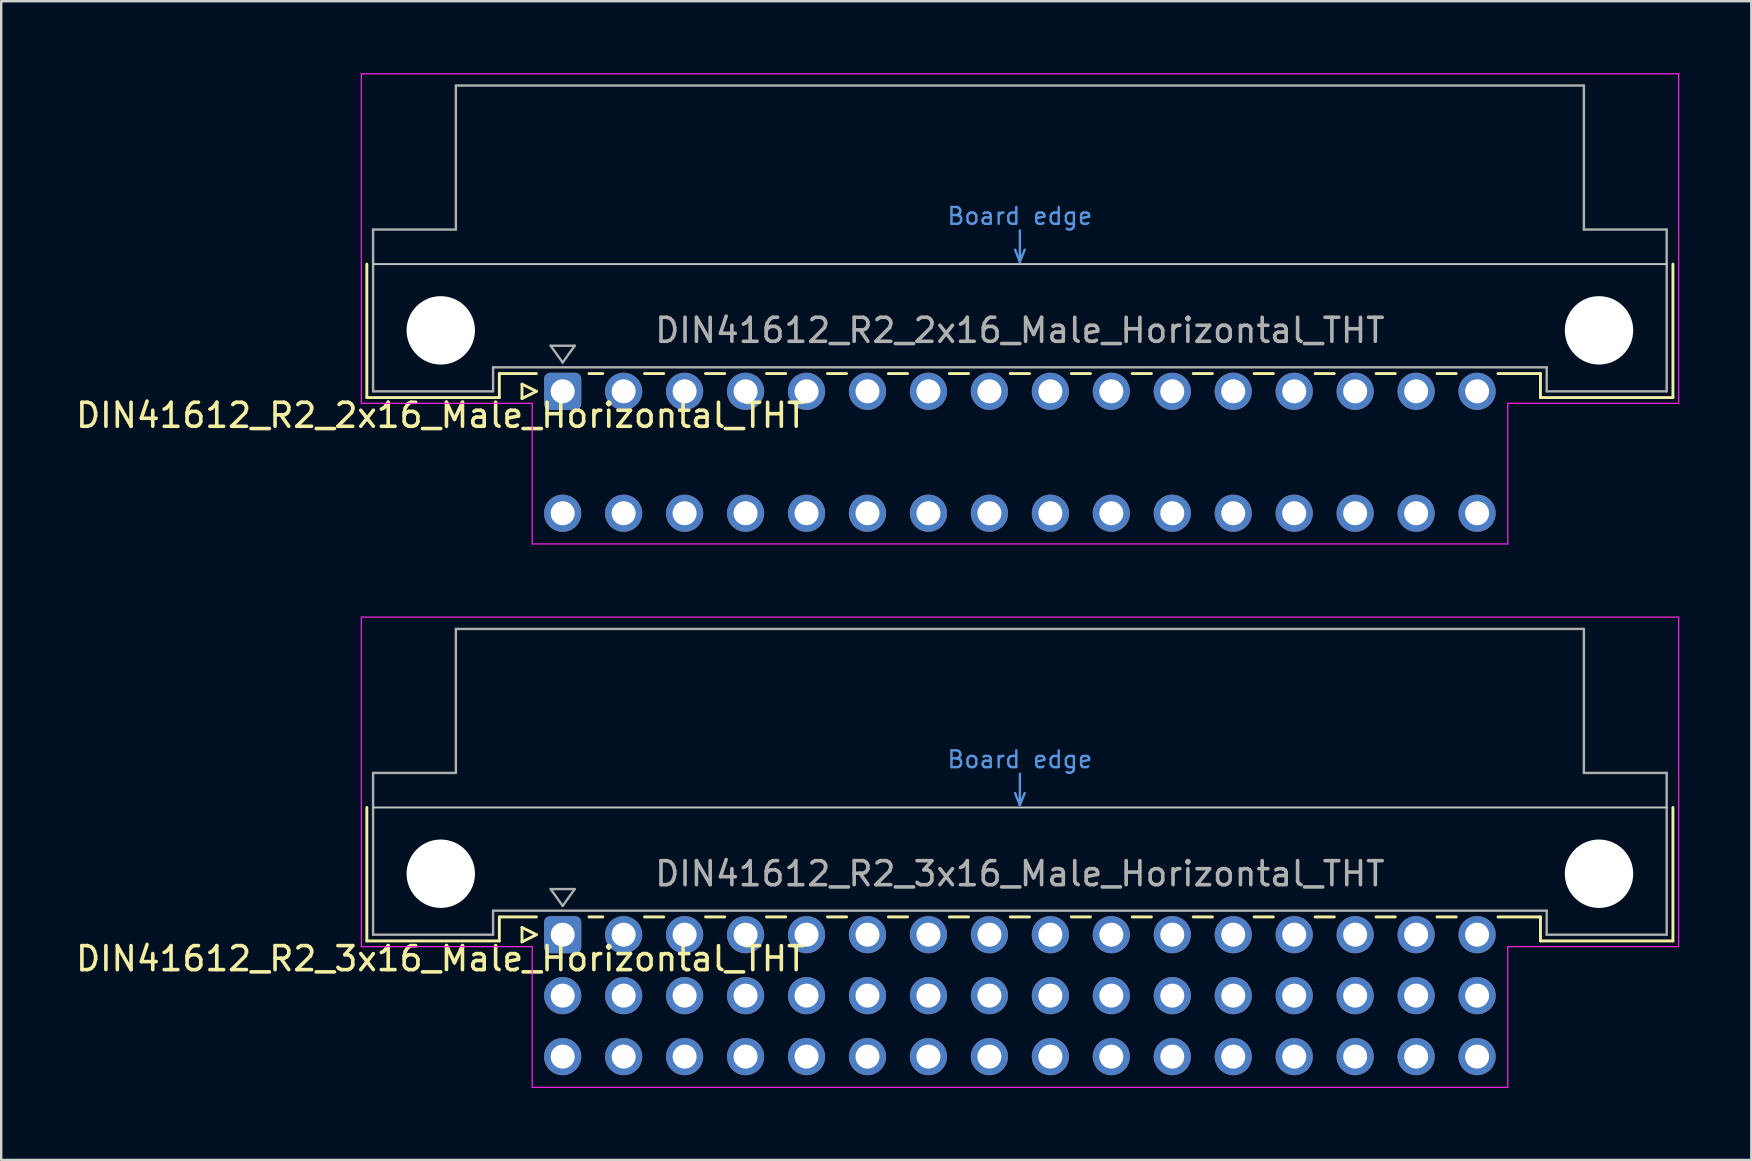
<source format=kicad_pcb>
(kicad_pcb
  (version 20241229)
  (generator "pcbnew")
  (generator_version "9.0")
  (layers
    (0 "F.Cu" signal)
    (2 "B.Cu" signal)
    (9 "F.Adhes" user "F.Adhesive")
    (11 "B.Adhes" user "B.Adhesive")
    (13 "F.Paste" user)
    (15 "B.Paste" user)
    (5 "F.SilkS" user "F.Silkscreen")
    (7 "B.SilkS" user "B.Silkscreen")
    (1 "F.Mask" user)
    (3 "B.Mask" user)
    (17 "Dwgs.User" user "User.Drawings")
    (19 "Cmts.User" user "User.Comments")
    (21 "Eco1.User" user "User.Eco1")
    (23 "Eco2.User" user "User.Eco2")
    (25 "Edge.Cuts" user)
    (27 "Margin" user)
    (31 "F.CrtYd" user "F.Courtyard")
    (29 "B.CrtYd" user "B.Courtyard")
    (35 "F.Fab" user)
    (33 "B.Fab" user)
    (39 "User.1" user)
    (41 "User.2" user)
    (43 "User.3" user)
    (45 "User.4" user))
  (footprint "DIN41612_R2_3x16_Male_Horizontal_THT"
    (layer "F.Cu")
    (at 20.395 35.895)
    (property "Reference" "DIN41612_R2_3x16_Male_Horizontal_THT" (at -5.08 1 0) (layer "F.SilkS") (effects (font (size 1 1) (thickness 0.15))))
    (attr through_hole)
    (fp_line (start -8.16 -5.3) (end -8.16 0.26) (stroke (width 0.12) (type solid)) (layer "F.SilkS"))
    (fp_line (start -8.16 0.26) (end -2.64 0.26) (stroke (width 0.12) (type solid)) (layer "F.SilkS"))
    (fp_line (start -2.64 -0.74) (end -1.095 -0.74) (stroke (width 0.12) (type solid)) (layer "F.SilkS"))
    (fp_line (start -2.64 0.26) (end -2.64 -0.74) (stroke (width 0.12) (type solid)) (layer "F.SilkS"))
    (fp_line (start -1.695 -0.3) (end -1.695 0.3) (stroke (width 0.12) (type solid)) (layer "F.SilkS"))
    (fp_line (start -1.695 0.3) (end -1.095 0) (stroke (width 0.12) (type solid)) (layer "F.SilkS"))
    (fp_line (start -1.095 0) (end -1.695 -0.3) (stroke (width 0.12) (type solid)) (layer "F.SilkS"))
    (fp_line (start 1.095 -0.74) (end 1.671 -0.74) (stroke (width 0.12) (type solid)) (layer "F.SilkS"))
    (fp_line (start 3.41 -0.74) (end 4.211 -0.74) (stroke (width 0.12) (type solid)) (layer "F.SilkS"))
    (fp_line (start 5.95 -0.74) (end 6.751 -0.74) (stroke (width 0.12) (type solid)) (layer "F.SilkS"))
    (fp_line (start 8.49 -0.74) (end 9.291 -0.74) (stroke (width 0.12) (type solid)) (layer "F.SilkS"))
    (fp_line (start 11.03 -0.74) (end 11.831 -0.74) (stroke (width 0.12) (type solid)) (layer "F.SilkS"))
    (fp_line (start 13.57 -0.74) (end 14.371 -0.74) (stroke (width 0.12) (type solid)) (layer "F.SilkS"))
    (fp_line (start 16.11 -0.74) (end 16.911 -0.74) (stroke (width 0.12) (type solid)) (layer "F.SilkS"))
    (fp_line (start 18.65 -0.74) (end 19.451 -0.74) (stroke (width 0.12) (type solid)) (layer "F.SilkS"))
    (fp_line (start 21.19 -0.74) (end 21.991 -0.74) (stroke (width 0.12) (type solid)) (layer "F.SilkS"))
    (fp_line (start 23.73 -0.74) (end 24.531 -0.74) (stroke (width 0.12) (type solid)) (layer "F.SilkS"))
    (fp_line (start 26.27 -0.74) (end 27.071 -0.74) (stroke (width 0.12) (type solid)) (layer "F.SilkS"))
    (fp_line (start 28.81 -0.74) (end 29.611 -0.74) (stroke (width 0.12) (type solid)) (layer "F.SilkS"))
    (fp_line (start 31.35 -0.74) (end 32.151 -0.74) (stroke (width 0.12) (type solid)) (layer "F.SilkS"))
    (fp_line (start 33.89 -0.74) (end 34.691 -0.74) (stroke (width 0.12) (type solid)) (layer "F.SilkS"))
    (fp_line (start 36.43 -0.74) (end 37.231 -0.74) (stroke (width 0.12) (type solid)) (layer "F.SilkS"))
    (fp_line (start 38.97 -0.74) (end 40.74 -0.74) (stroke (width 0.12) (type solid)) (layer "F.SilkS"))
    (fp_line (start 40.74 0.26) (end 40.74 -0.74) (stroke (width 0.12) (type solid)) (layer "F.SilkS"))
    (fp_line (start 46.26 -5.3) (end 46.26 0.26) (stroke (width 0.12) (type solid)) (layer "F.SilkS"))
    (fp_line (start 46.26 0.26) (end 40.74 0.26) (stroke (width 0.12) (type solid)) (layer "F.SilkS"))
    (fp_line (start -7.9 -5.3) (end 46 -5.3) (stroke (width 0.08) (type solid)) (layer "Dwgs.User"))
    (fp_line (start 18.85 -5.9) (end 19.05 -5.4) (stroke (width 0.1) (type solid)) (layer "Cmts.User"))
    (fp_line (start 19.05 -5.4) (end 19.05 -6.7) (stroke (width 0.1) (type solid)) (layer "Cmts.User"))
    (fp_line (start 19.05 -5.4) (end 19.25 -5.9) (stroke (width 0.1) (type solid)) (layer "Cmts.User"))
    (fp_line (start -8.39 -13.23) (end -8.39 0.5) (stroke (width 0.05) (type solid)) (layer "F.CrtYd"))
    (fp_line (start -8.39 0.5) (end -1.27 0.5) (stroke (width 0.05) (type solid)) (layer "F.CrtYd"))
    (fp_line (start -1.27 0.5) (end -1.27 6.36) (stroke (width 0.05) (type solid)) (layer "F.CrtYd"))
    (fp_line (start -1.27 6.36) (end 39.38 6.36) (stroke (width 0.05) (type solid)) (layer "F.CrtYd"))
    (fp_line (start 39.38 0.5) (end 46.5 0.5) (stroke (width 0.05) (type solid)) (layer "F.CrtYd"))
    (fp_line (start 39.38 6.36) (end 39.38 0.5) (stroke (width 0.05) (type solid)) (layer "F.CrtYd"))
    (fp_line (start 46.5 -13.23) (end -8.39 -13.23) (stroke (width 0.05) (type solid)) (layer "F.CrtYd"))
    (fp_line (start 46.5 0.5) (end 46.5 -13.23) (stroke (width 0.05) (type solid)) (layer "F.CrtYd"))
    (fp_line (start -7.9 -6.74) (end -7.9 0) (stroke (width 0.1) (type solid)) (layer "F.Fab"))
    (fp_line (start -7.9 0) (end -2.9 0) (stroke (width 0.1) (type solid)) (layer "F.Fab"))
    (fp_line (start -4.45 -12.74) (end -4.45 -6.74) (stroke (width 0.1) (type solid)) (layer "F.Fab"))
    (fp_line (start -4.45 -6.74) (end -7.9 -6.74) (stroke (width 0.1) (type solid)) (layer "F.Fab"))
    (fp_line (start -2.9 -1) (end 41 -1) (stroke (width 0.1) (type solid)) (layer "F.Fab"))
    (fp_line (start -2.9 0) (end -2.9 -1) (stroke (width 0.1) (type solid)) (layer "F.Fab"))
    (fp_line (start -0.5 -1.9) (end 0.5 -1.9) (stroke (width 0.1) (type solid)) (layer "F.Fab"))
    (fp_line (start 0 -1.2) (end -0.5 -1.9) (stroke (width 0.1) (type solid)) (layer "F.Fab"))
    (fp_line (start 0.5 -1.9) (end 0 -1.2) (stroke (width 0.1) (type solid)) (layer "F.Fab"))
    (fp_line (start 41 -1) (end 41 0) (stroke (width 0.1) (type solid)) (layer "F.Fab"))
    (fp_line (start 41 0) (end 46 0) (stroke (width 0.1) (type solid)) (layer "F.Fab"))
    (fp_line (start 42.55 -12.74) (end -4.45 -12.74) (stroke (width 0.1) (type solid)) (layer "F.Fab"))
    (fp_line (start 42.55 -6.74) (end 42.55 -12.74) (stroke (width 0.1) (type solid)) (layer "F.Fab"))
    (fp_line (start 46 -6.74) (end 42.55 -6.74) (stroke (width 0.1) (type solid)) (layer "F.Fab"))
    (fp_line (start 46 0) (end 46 -6.74) (stroke (width 0.1) (type solid)) (layer "F.Fab"))
    (fp_text user "Board edge" (at 19.05 -7.3 0) (layer "Cmts.User") (effects (font (size 0.7 0.7) (thickness 0.1))))
    (fp_text user "${REFERENCE}" (at 19.05 -2.54 0) (layer "F.Fab") (effects (font (size 1 1) (thickness 0.15))))
    (pad "" np_thru_hole circle (at -5.08 -2.54) (size 2.85 2.85) (drill 2.85) (layers "*.Cu" "*.Mask"))
    (pad "" np_thru_hole circle (at 43.18 -2.54) (size 2.85 2.85) (drill 2.85) (layers "*.Cu" "*.Mask"))
    (pad "a1" thru_hole roundrect (at 0 0) (size 1.55 1.55) (drill 1) (layers "*.Cu" "*.Mask") (roundrect_rratio 0.161))
    (pad "a2" thru_hole circle (at 2.54 0) (size 1.55 1.55) (drill 1) (layers "*.Cu" "*.Mask"))
    (pad "a3" thru_hole circle (at 5.08 0) (size 1.55 1.55) (drill 1) (layers "*.Cu" "*.Mask"))
    (pad "a4" thru_hole circle (at 7.62 0) (size 1.55 1.55) (drill 1) (layers "*.Cu" "*.Mask"))
    (pad "a5" thru_hole circle (at 10.16 0) (size 1.55 1.55) (drill 1) (layers "*.Cu" "*.Mask"))
    (pad "a6" thru_hole circle (at 12.7 0) (size 1.55 1.55) (drill 1) (layers "*.Cu" "*.Mask"))
    (pad "a7" thru_hole circle (at 15.24 0) (size 1.55 1.55) (drill 1) (layers "*.Cu" "*.Mask"))
    (pad "a8" thru_hole circle (at 17.78 0) (size 1.55 1.55) (drill 1) (layers "*.Cu" "*.Mask"))
    (pad "a9" thru_hole circle (at 20.32 0) (size 1.55 1.55) (drill 1) (layers "*.Cu" "*.Mask"))
    (pad "a10" thru_hole circle (at 22.86 0) (size 1.55 1.55) (drill 1) (layers "*.Cu" "*.Mask"))
    (pad "a11" thru_hole circle (at 25.4 0) (size 1.55 1.55) (drill 1) (layers "*.Cu" "*.Mask"))
    (pad "a12" thru_hole circle (at 27.94 0) (size 1.55 1.55) (drill 1) (layers "*.Cu" "*.Mask"))
    (pad "a13" thru_hole circle (at 30.48 0) (size 1.55 1.55) (drill 1) (layers "*.Cu" "*.Mask"))
    (pad "a14" thru_hole circle (at 33.02 0) (size 1.55 1.55) (drill 1) (layers "*.Cu" "*.Mask"))
    (pad "a15" thru_hole circle (at 35.56 0) (size 1.55 1.55) (drill 1) (layers "*.Cu" "*.Mask"))
    (pad "a16" thru_hole circle (at 38.1 0) (size 1.55 1.55) (drill 1) (layers "*.Cu" "*.Mask"))
    (pad "b1" thru_hole circle (at 0 2.54) (size 1.55 1.55) (drill 1) (layers "*.Cu" "*.Mask"))
    (pad "b2" thru_hole circle (at 2.54 2.54) (size 1.55 1.55) (drill 1) (layers "*.Cu" "*.Mask"))
    (pad "b3" thru_hole circle (at 5.08 2.54) (size 1.55 1.55) (drill 1) (layers "*.Cu" "*.Mask"))
    (pad "b4" thru_hole circle (at 7.62 2.54) (size 1.55 1.55) (drill 1) (layers "*.Cu" "*.Mask"))
    (pad "b5" thru_hole circle (at 10.16 2.54) (size 1.55 1.55) (drill 1) (layers "*.Cu" "*.Mask"))
    (pad "b6" thru_hole circle (at 12.7 2.54) (size 1.55 1.55) (drill 1) (layers "*.Cu" "*.Mask"))
    (pad "b7" thru_hole circle (at 15.24 2.54) (size 1.55 1.55) (drill 1) (layers "*.Cu" "*.Mask"))
    (pad "b8" thru_hole circle (at 17.78 2.54) (size 1.55 1.55) (drill 1) (layers "*.Cu" "*.Mask"))
    (pad "b9" thru_hole circle (at 20.32 2.54) (size 1.55 1.55) (drill 1) (layers "*.Cu" "*.Mask"))
    (pad "b10" thru_hole circle (at 22.86 2.54) (size 1.55 1.55) (drill 1) (layers "*.Cu" "*.Mask"))
    (pad "b11" thru_hole circle (at 25.4 2.54) (size 1.55 1.55) (drill 1) (layers "*.Cu" "*.Mask"))
    (pad "b12" thru_hole circle (at 27.94 2.54) (size 1.55 1.55) (drill 1) (layers "*.Cu" "*.Mask"))
    (pad "b13" thru_hole circle (at 30.48 2.54) (size 1.55 1.55) (drill 1) (layers "*.Cu" "*.Mask"))
    (pad "b14" thru_hole circle (at 33.02 2.54) (size 1.55 1.55) (drill 1) (layers "*.Cu" "*.Mask"))
    (pad "b15" thru_hole circle (at 35.56 2.54) (size 1.55 1.55) (drill 1) (layers "*.Cu" "*.Mask"))
    (pad "b16" thru_hole circle (at 38.1 2.54) (size 1.55 1.55) (drill 1) (layers "*.Cu" "*.Mask"))
    (pad "c1" thru_hole circle (at 0 5.08) (size 1.55 1.55) (drill 1) (layers "*.Cu" "*.Mask"))
    (pad "c2" thru_hole circle (at 2.54 5.08) (size 1.55 1.55) (drill 1) (layers "*.Cu" "*.Mask"))
    (pad "c3" thru_hole circle (at 5.08 5.08) (size 1.55 1.55) (drill 1) (layers "*.Cu" "*.Mask"))
    (pad "c4" thru_hole circle (at 7.62 5.08) (size 1.55 1.55) (drill 1) (layers "*.Cu" "*.Mask"))
    (pad "c5" thru_hole circle (at 10.16 5.08) (size 1.55 1.55) (drill 1) (layers "*.Cu" "*.Mask"))
    (pad "c6" thru_hole circle (at 12.7 5.08) (size 1.55 1.55) (drill 1) (layers "*.Cu" "*.Mask"))
    (pad "c7" thru_hole circle (at 15.24 5.08) (size 1.55 1.55) (drill 1) (layers "*.Cu" "*.Mask"))
    (pad "c8" thru_hole circle (at 17.78 5.08) (size 1.55 1.55) (drill 1) (layers "*.Cu" "*.Mask"))
    (pad "c9" thru_hole circle (at 20.32 5.08) (size 1.55 1.55) (drill 1) (layers "*.Cu" "*.Mask"))
    (pad "c10" thru_hole circle (at 22.86 5.08) (size 1.55 1.55) (drill 1) (layers "*.Cu" "*.Mask"))
    (pad "c11" thru_hole circle (at 25.4 5.08) (size 1.55 1.55) (drill 1) (layers "*.Cu" "*.Mask"))
    (pad "c12" thru_hole circle (at 27.94 5.08) (size 1.55 1.55) (drill 1) (layers "*.Cu" "*.Mask"))
    (pad "c13" thru_hole circle (at 30.48 5.08) (size 1.55 1.55) (drill 1) (layers "*.Cu" "*.Mask"))
    (pad "c14" thru_hole circle (at 33.02 5.08) (size 1.55 1.55) (drill 1) (layers "*.Cu" "*.Mask"))
    (pad "c15" thru_hole circle (at 35.56 5.08) (size 1.55 1.55) (drill 1) (layers "*.Cu" "*.Mask"))
    (pad "c16" thru_hole circle (at 38.1 5.08) (size 1.55 1.55) (drill 1) (layers "*.Cu" "*.Mask")))
  (footprint "DIN41612_R2_2x16_Male_Horizontal_THT"
    (layer "F.Cu")
    (at 20.395 13.255)
    (property "Reference" "DIN41612_R2_2x16_Male_Horizontal_THT" (at -5.08 1 0) (layer "F.SilkS") (effects (font (size 1 1) (thickness 0.15))))
    (attr through_hole)
    (fp_line (start -8.16 -5.3) (end -8.16 0.26) (stroke (width 0.12) (type solid)) (layer "F.SilkS"))
    (fp_line (start -8.16 0.26) (end -2.64 0.26) (stroke (width 0.12) (type solid)) (layer "F.SilkS"))
    (fp_line (start -2.64 -0.74) (end -1.095 -0.74) (stroke (width 0.12) (type solid)) (layer "F.SilkS"))
    (fp_line (start -2.64 0.26) (end -2.64 -0.74) (stroke (width 0.12) (type solid)) (layer "F.SilkS"))
    (fp_line (start -1.695 -0.3) (end -1.695 0.3) (stroke (width 0.12) (type solid)) (layer "F.SilkS"))
    (fp_line (start -1.695 0.3) (end -1.095 0) (stroke (width 0.12) (type solid)) (layer "F.SilkS"))
    (fp_line (start -1.095 0) (end -1.695 -0.3) (stroke (width 0.12) (type solid)) (layer "F.SilkS"))
    (fp_line (start 1.095 -0.74) (end 1.671 -0.74) (stroke (width 0.12) (type solid)) (layer "F.SilkS"))
    (fp_line (start 3.41 -0.74) (end 4.211 -0.74) (stroke (width 0.12) (type solid)) (layer "F.SilkS"))
    (fp_line (start 5.95 -0.74) (end 6.751 -0.74) (stroke (width 0.12) (type solid)) (layer "F.SilkS"))
    (fp_line (start 8.49 -0.74) (end 9.291 -0.74) (stroke (width 0.12) (type solid)) (layer "F.SilkS"))
    (fp_line (start 11.03 -0.74) (end 11.831 -0.74) (stroke (width 0.12) (type solid)) (layer "F.SilkS"))
    (fp_line (start 13.57 -0.74) (end 14.371 -0.74) (stroke (width 0.12) (type solid)) (layer "F.SilkS"))
    (fp_line (start 16.11 -0.74) (end 16.911 -0.74) (stroke (width 0.12) (type solid)) (layer "F.SilkS"))
    (fp_line (start 18.65 -0.74) (end 19.451 -0.74) (stroke (width 0.12) (type solid)) (layer "F.SilkS"))
    (fp_line (start 21.19 -0.74) (end 21.991 -0.74) (stroke (width 0.12) (type solid)) (layer "F.SilkS"))
    (fp_line (start 23.73 -0.74) (end 24.531 -0.74) (stroke (width 0.12) (type solid)) (layer "F.SilkS"))
    (fp_line (start 26.27 -0.74) (end 27.071 -0.74) (stroke (width 0.12) (type solid)) (layer "F.SilkS"))
    (fp_line (start 28.81 -0.74) (end 29.611 -0.74) (stroke (width 0.12) (type solid)) (layer "F.SilkS"))
    (fp_line (start 31.35 -0.74) (end 32.151 -0.74) (stroke (width 0.12) (type solid)) (layer "F.SilkS"))
    (fp_line (start 33.89 -0.74) (end 34.691 -0.74) (stroke (width 0.12) (type solid)) (layer "F.SilkS"))
    (fp_line (start 36.43 -0.74) (end 37.231 -0.74) (stroke (width 0.12) (type solid)) (layer "F.SilkS"))
    (fp_line (start 38.97 -0.74) (end 40.74 -0.74) (stroke (width 0.12) (type solid)) (layer "F.SilkS"))
    (fp_line (start 40.74 0.26) (end 40.74 -0.74) (stroke (width 0.12) (type solid)) (layer "F.SilkS"))
    (fp_line (start 46.26 -5.3) (end 46.26 0.26) (stroke (width 0.12) (type solid)) (layer "F.SilkS"))
    (fp_line (start 46.26 0.26) (end 40.74 0.26) (stroke (width 0.12) (type solid)) (layer "F.SilkS"))
    (fp_line (start -7.9 -5.3) (end 46 -5.3) (stroke (width 0.08) (type solid)) (layer "Dwgs.User"))
    (fp_line (start 18.85 -5.9) (end 19.05 -5.4) (stroke (width 0.1) (type solid)) (layer "Cmts.User"))
    (fp_line (start 19.05 -5.4) (end 19.05 -6.7) (stroke (width 0.1) (type solid)) (layer "Cmts.User"))
    (fp_line (start 19.05 -5.4) (end 19.25 -5.9) (stroke (width 0.1) (type solid)) (layer "Cmts.User"))
    (fp_line (start -8.39 -13.23) (end -8.39 0.5) (stroke (width 0.05) (type solid)) (layer "F.CrtYd"))
    (fp_line (start -8.39 0.5) (end -1.27 0.5) (stroke (width 0.05) (type solid)) (layer "F.CrtYd"))
    (fp_line (start -1.27 0.5) (end -1.27 6.36) (stroke (width 0.05) (type solid)) (layer "F.CrtYd"))
    (fp_line (start -1.27 6.36) (end 39.38 6.36) (stroke (width 0.05) (type solid)) (layer "F.CrtYd"))
    (fp_line (start 39.38 0.5) (end 46.5 0.5) (stroke (width 0.05) (type solid)) (layer "F.CrtYd"))
    (fp_line (start 39.38 6.36) (end 39.38 0.5) (stroke (width 0.05) (type solid)) (layer "F.CrtYd"))
    (fp_line (start 46.5 -13.23) (end -8.39 -13.23) (stroke (width 0.05) (type solid)) (layer "F.CrtYd"))
    (fp_line (start 46.5 0.5) (end 46.5 -13.23) (stroke (width 0.05) (type solid)) (layer "F.CrtYd"))
    (fp_line (start -7.9 -6.74) (end -7.9 0) (stroke (width 0.1) (type solid)) (layer "F.Fab"))
    (fp_line (start -7.9 0) (end -2.9 0) (stroke (width 0.1) (type solid)) (layer "F.Fab"))
    (fp_line (start -4.45 -12.74) (end -4.45 -6.74) (stroke (width 0.1) (type solid)) (layer "F.Fab"))
    (fp_line (start -4.45 -6.74) (end -7.9 -6.74) (stroke (width 0.1) (type solid)) (layer "F.Fab"))
    (fp_line (start -2.9 -1) (end 41 -1) (stroke (width 0.1) (type solid)) (layer "F.Fab"))
    (fp_line (start -2.9 0) (end -2.9 -1) (stroke (width 0.1) (type solid)) (layer "F.Fab"))
    (fp_line (start -0.5 -1.9) (end 0.5 -1.9) (stroke (width 0.1) (type solid)) (layer "F.Fab"))
    (fp_line (start 0 -1.2) (end -0.5 -1.9) (stroke (width 0.1) (type solid)) (layer "F.Fab"))
    (fp_line (start 0.5 -1.9) (end 0 -1.2) (stroke (width 0.1) (type solid)) (layer "F.Fab"))
    (fp_line (start 41 -1) (end 41 0) (stroke (width 0.1) (type solid)) (layer "F.Fab"))
    (fp_line (start 41 0) (end 46 0) (stroke (width 0.1) (type solid)) (layer "F.Fab"))
    (fp_line (start 42.55 -12.74) (end -4.45 -12.74) (stroke (width 0.1) (type solid)) (layer "F.Fab"))
    (fp_line (start 42.55 -6.74) (end 42.55 -12.74) (stroke (width 0.1) (type solid)) (layer "F.Fab"))
    (fp_line (start 46 -6.74) (end 42.55 -6.74) (stroke (width 0.1) (type solid)) (layer "F.Fab"))
    (fp_line (start 46 0) (end 46 -6.74) (stroke (width 0.1) (type solid)) (layer "F.Fab"))
    (fp_text user "Board edge" (at 19.05 -7.3 0) (layer "Cmts.User") (effects (font (size 0.7 0.7) (thickness 0.1))))
    (fp_text user "${REFERENCE}" (at 19.05 -2.54 0) (layer "F.Fab") (effects (font (size 1 1) (thickness 0.15))))
    (pad "" np_thru_hole circle (at -5.08 -2.54) (size 2.85 2.85) (drill 2.85) (layers "*.Cu" "*.Mask"))
    (pad "" np_thru_hole circle (at 43.18 -2.54) (size 2.85 2.85) (drill 2.85) (layers "*.Cu" "*.Mask"))
    (pad "a1" thru_hole roundrect (at 0 0) (size 1.55 1.55) (drill 1) (layers "*.Cu" "*.Mask") (roundrect_rratio 0.161))
    (pad "a2" thru_hole circle (at 2.54 0) (size 1.55 1.55) (drill 1) (layers "*.Cu" "*.Mask"))
    (pad "a3" thru_hole circle (at 5.08 0) (size 1.55 1.55) (drill 1) (layers "*.Cu" "*.Mask"))
    (pad "a4" thru_hole circle (at 7.62 0) (size 1.55 1.55) (drill 1) (layers "*.Cu" "*.Mask"))
    (pad "a5" thru_hole circle (at 10.16 0) (size 1.55 1.55) (drill 1) (layers "*.Cu" "*.Mask"))
    (pad "a6" thru_hole circle (at 12.7 0) (size 1.55 1.55) (drill 1) (layers "*.Cu" "*.Mask"))
    (pad "a7" thru_hole circle (at 15.24 0) (size 1.55 1.55) (drill 1) (layers "*.Cu" "*.Mask"))
    (pad "a8" thru_hole circle (at 17.78 0) (size 1.55 1.55) (drill 1) (layers "*.Cu" "*.Mask"))
    (pad "a9" thru_hole circle (at 20.32 0) (size 1.55 1.55) (drill 1) (layers "*.Cu" "*.Mask"))
    (pad "a10" thru_hole circle (at 22.86 0) (size 1.55 1.55) (drill 1) (layers "*.Cu" "*.Mask"))
    (pad "a11" thru_hole circle (at 25.4 0) (size 1.55 1.55) (drill 1) (layers "*.Cu" "*.Mask"))
    (pad "a12" thru_hole circle (at 27.94 0) (size 1.55 1.55) (drill 1) (layers "*.Cu" "*.Mask"))
    (pad "a13" thru_hole circle (at 30.48 0) (size 1.55 1.55) (drill 1) (layers "*.Cu" "*.Mask"))
    (pad "a14" thru_hole circle (at 33.02 0) (size 1.55 1.55) (drill 1) (layers "*.Cu" "*.Mask"))
    (pad "a15" thru_hole circle (at 35.56 0) (size 1.55 1.55) (drill 1) (layers "*.Cu" "*.Mask"))
    (pad "a16" thru_hole circle (at 38.1 0) (size 1.55 1.55) (drill 1) (layers "*.Cu" "*.Mask"))
    (pad "c1" thru_hole circle (at 0 5.08) (size 1.55 1.55) (drill 1) (layers "*.Cu" "*.Mask"))
    (pad "c2" thru_hole circle (at 2.54 5.08) (size 1.55 1.55) (drill 1) (layers "*.Cu" "*.Mask"))
    (pad "c3" thru_hole circle (at 5.08 5.08) (size 1.55 1.55) (drill 1) (layers "*.Cu" "*.Mask"))
    (pad "c4" thru_hole circle (at 7.62 5.08) (size 1.55 1.55) (drill 1) (layers "*.Cu" "*.Mask"))
    (pad "c5" thru_hole circle (at 10.16 5.08) (size 1.55 1.55) (drill 1) (layers "*.Cu" "*.Mask"))
    (pad "c6" thru_hole circle (at 12.7 5.08) (size 1.55 1.55) (drill 1) (layers "*.Cu" "*.Mask"))
    (pad "c7" thru_hole circle (at 15.24 5.08) (size 1.55 1.55) (drill 1) (layers "*.Cu" "*.Mask"))
    (pad "c8" thru_hole circle (at 17.78 5.08) (size 1.55 1.55) (drill 1) (layers "*.Cu" "*.Mask"))
    (pad "c9" thru_hole circle (at 20.32 5.08) (size 1.55 1.55) (drill 1) (layers "*.Cu" "*.Mask"))
    (pad "c10" thru_hole circle (at 22.86 5.08) (size 1.55 1.55) (drill 1) (layers "*.Cu" "*.Mask"))
    (pad "c11" thru_hole circle (at 25.4 5.08) (size 1.55 1.55) (drill 1) (layers "*.Cu" "*.Mask"))
    (pad "c12" thru_hole circle (at 27.94 5.08) (size 1.55 1.55) (drill 1) (layers "*.Cu" "*.Mask"))
    (pad "c13" thru_hole circle (at 30.48 5.08) (size 1.55 1.55) (drill 1) (layers "*.Cu" "*.Mask"))
    (pad "c14" thru_hole circle (at 33.02 5.08) (size 1.55 1.55) (drill 1) (layers "*.Cu" "*.Mask"))
    (pad "c15" thru_hole circle (at 35.56 5.08) (size 1.55 1.55) (drill 1) (layers "*.Cu" "*.Mask"))
    (pad "c16" thru_hole circle (at 38.1 5.08) (size 1.55 1.55) (drill 1) (layers "*.Cu" "*.Mask")))
  (gr_rect
    (start -3 -3)
    (end 69.92 45.28)
    (stroke (width 0.1) (type default))
    (fill no)
    (layer "Edge.Cuts")))
</source>
